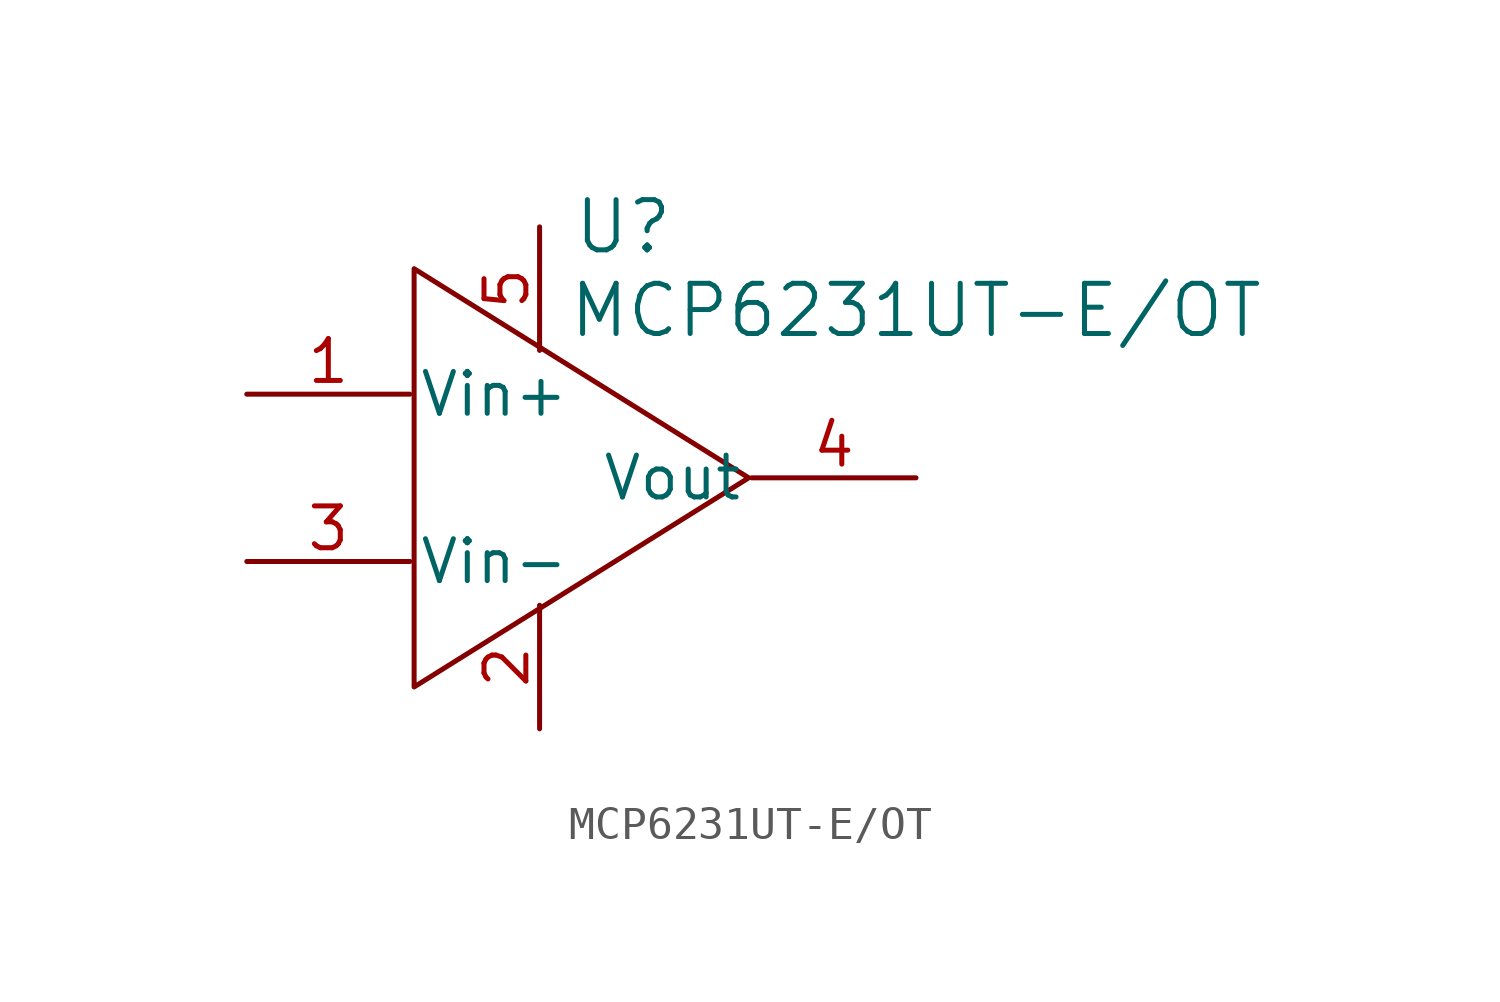
<source format=kicad_sym>
(kicad_symbol_lib
  (version 20241209)
  (generator "kicad_symbol_editor")
  (generator_version "9.0")
  (symbol "MCP6231UT-E/OT"
    (pin_names
      (offset 0.254))
    (property "Reference" "U"
      (at 2.54 7.62 0)
      (effects (font (size 1.524 1.524))))
    (property "Value" "MCP6231UT-E/OT"
      (at 11.43 5.08 0)
      (effects (font (size 1.524 1.524))))
    (symbol "MCP6231UT-E/OT_0_1"
      (polyline (pts (xy -3.81 6.35) (xy 6.35 0) (xy -3.81 -6.35) (xy -3.81 6.35)) (stroke (width 0) (type default)) (fill (type none))))
    (symbol "MCP6231UT-E/OT_1_1"
      (pin input line (at -8.89 2.54 0) (length 4.95) (name "Vin+" (effects (font (size 1.27 1.27)))) (number "1" (effects (font (size 1.27 1.27)))))
      (pin input line (at -8.89 -2.54 0) (length 4.95) (name "Vin-" (effects (font (size 1.27 1.27)))) (number "3" (effects (font (size 1.27 1.27)))))
      (pin power_in line (at 0 7.62 270) (length 3.75) (name "~" (effects (font (size 1.27 1.27)))) (number "5" (effects (font (size 1.27 1.27)))))
      (pin power_out line (at 0 -7.62 90) (length 3.75) (name "~" (effects (font (size 1.27 1.27)))) (number "2" (effects (font (size 1.27 1.27)))))
      (pin output line (at 11.43 0 180) (length 4.99) (name "Vout" (effects (font (size 1.27 1.27)))) (number "4" (effects (font (size 1.27 1.27))))))))
</source>
